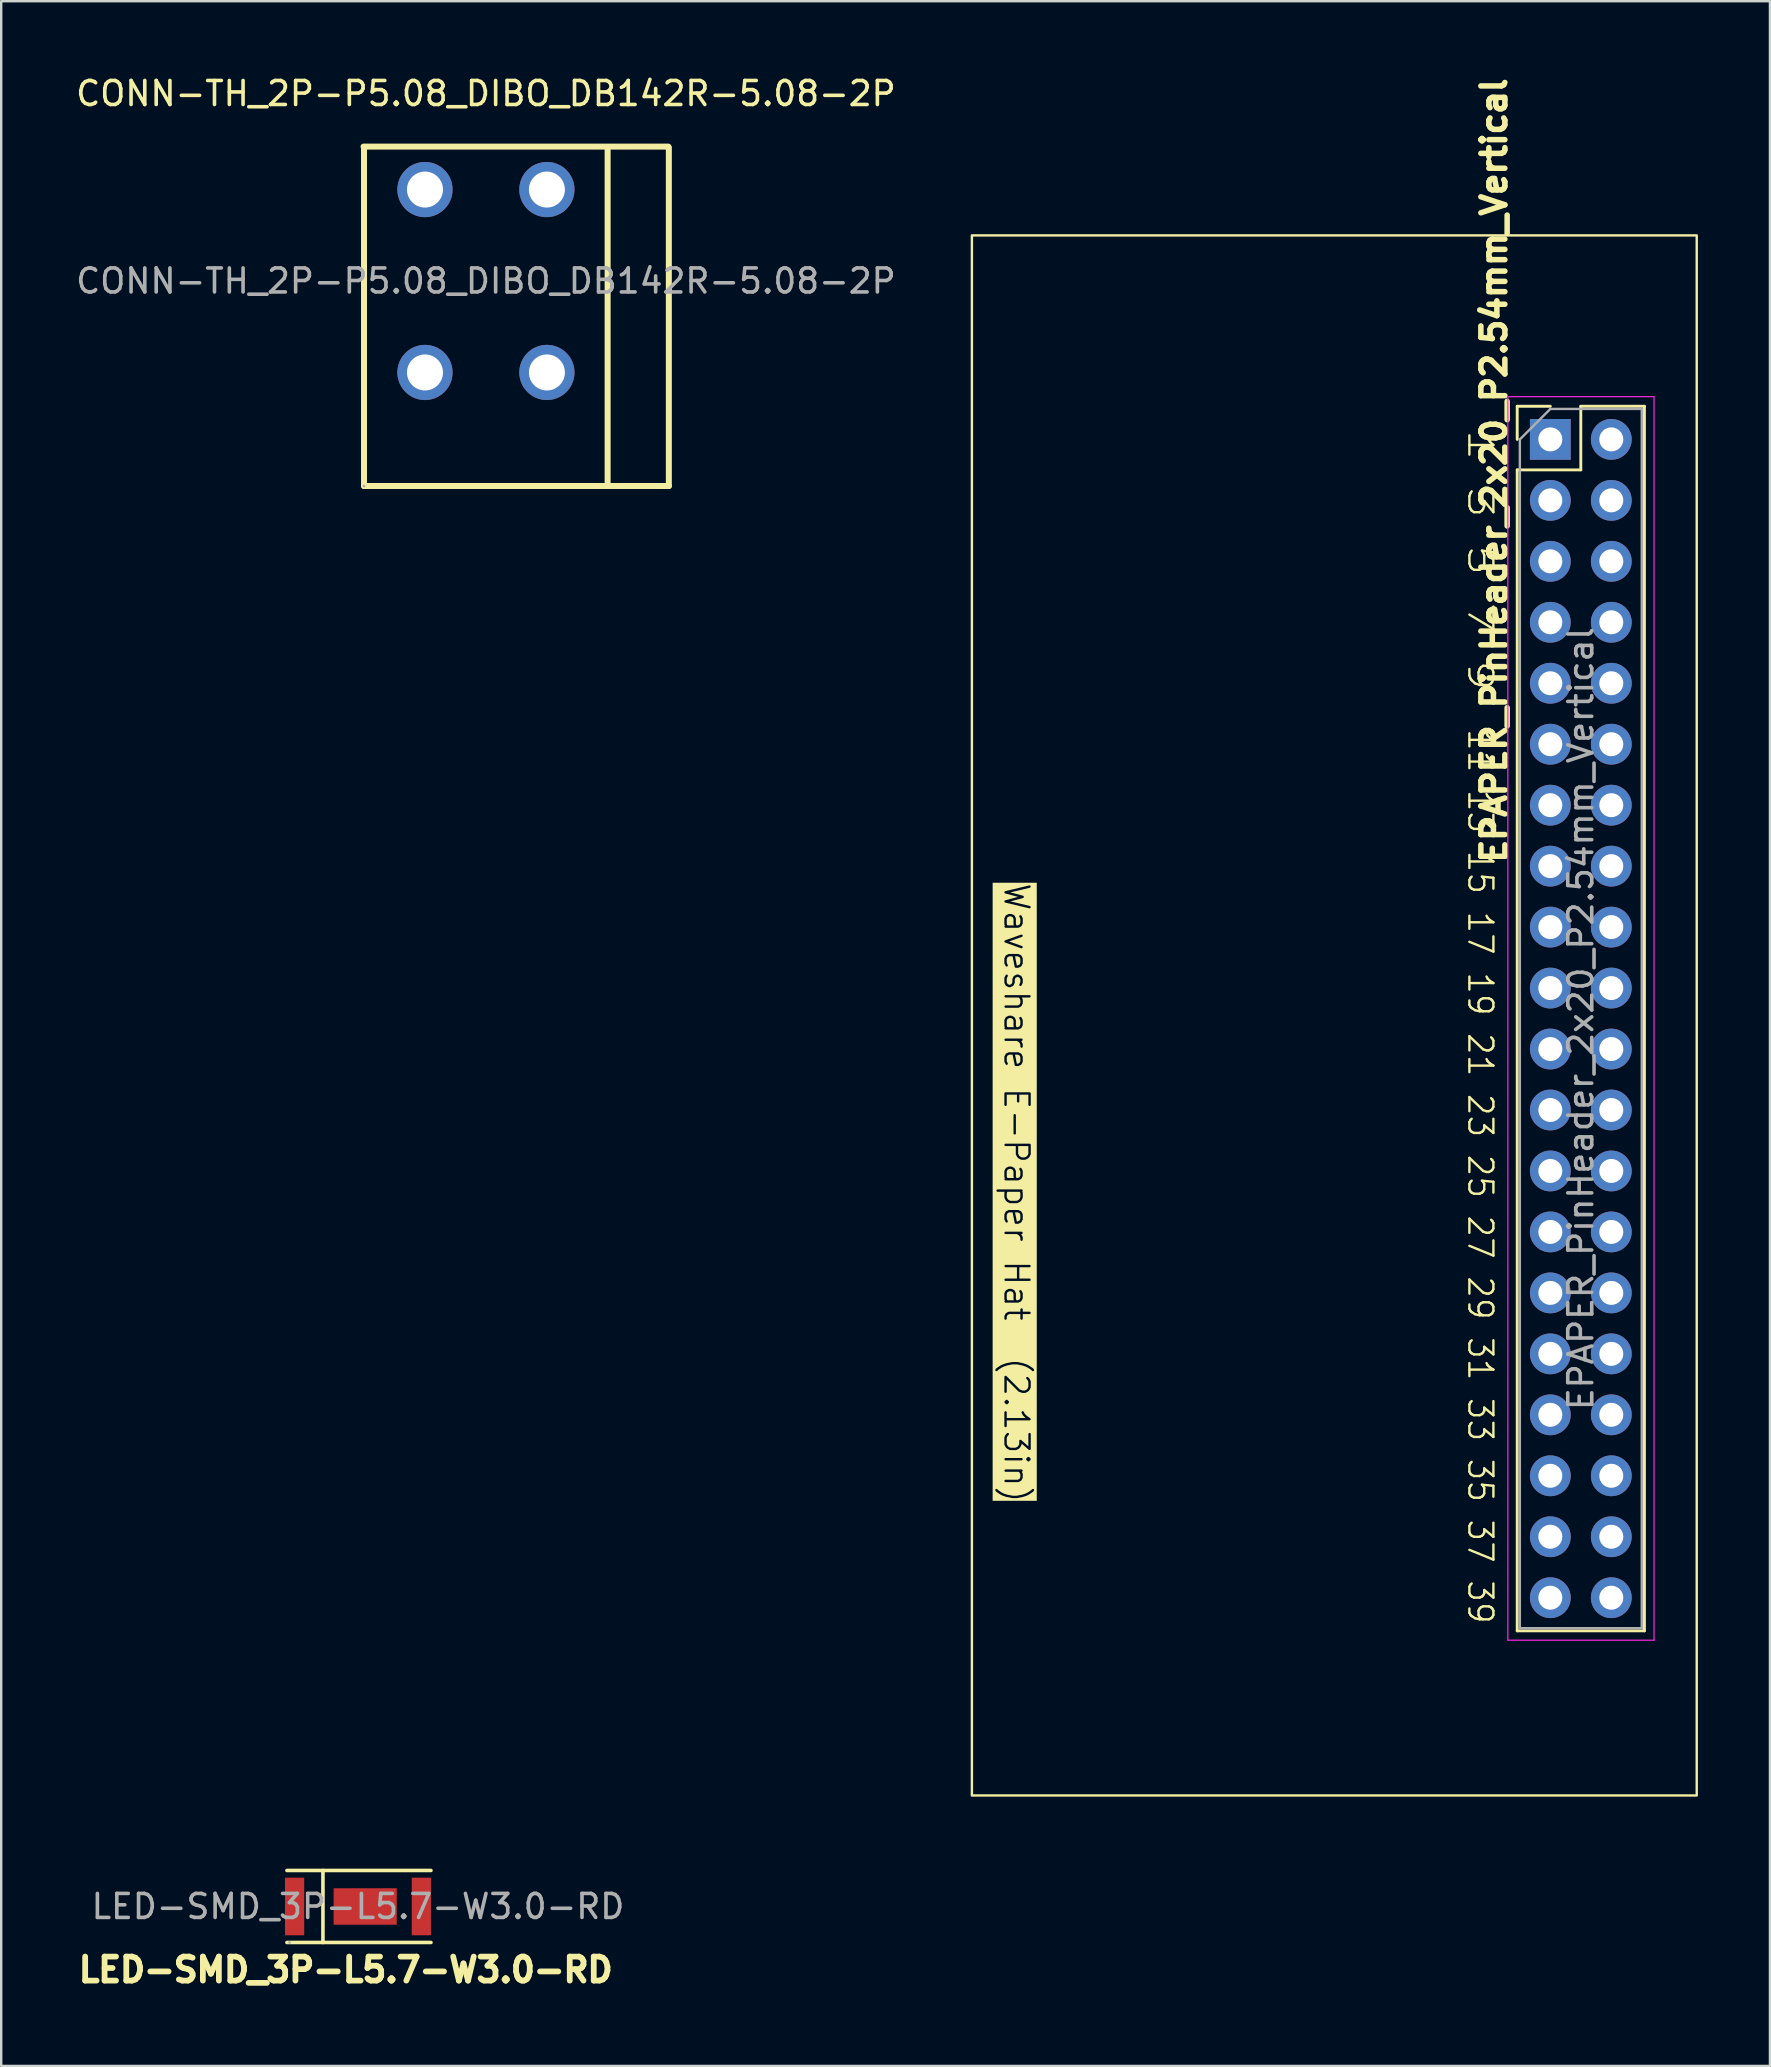
<source format=kicad_pcb>
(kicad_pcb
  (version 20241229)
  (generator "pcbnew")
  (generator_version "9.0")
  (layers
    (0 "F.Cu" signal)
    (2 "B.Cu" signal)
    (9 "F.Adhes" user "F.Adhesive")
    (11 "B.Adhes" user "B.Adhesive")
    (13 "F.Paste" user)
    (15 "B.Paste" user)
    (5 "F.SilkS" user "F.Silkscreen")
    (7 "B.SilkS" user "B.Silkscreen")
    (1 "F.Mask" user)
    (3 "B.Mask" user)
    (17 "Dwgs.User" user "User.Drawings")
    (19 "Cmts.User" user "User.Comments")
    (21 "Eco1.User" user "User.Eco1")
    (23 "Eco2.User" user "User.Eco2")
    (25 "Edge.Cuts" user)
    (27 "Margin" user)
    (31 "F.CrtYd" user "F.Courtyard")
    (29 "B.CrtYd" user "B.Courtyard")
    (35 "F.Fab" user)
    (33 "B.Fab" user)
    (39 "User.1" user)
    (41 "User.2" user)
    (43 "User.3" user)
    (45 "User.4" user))
  (footprint "EPAPER_PinHeader_2x20_P2.54mm_Vertical"
    (layer "F.Cu")
    (at 61.543 15.257)
    (property "Reference" "EPAPER_PinHeader_2x20_P2.54mm_Vertical" (at -2.345 1.297 90) (layer "F.SilkS") (effects (font (size 1 1) (thickness 0.23) (bold yes))))
    (attr through_hole)
    (fp_line (start -1.38 -1.38) (end 0 -1.38) (stroke (width 0.12) (type solid)) (layer "F.SilkS"))
    (fp_line (start -1.38 1.27) (end -1.38 49.64) (stroke (width 0.12) (type solid)) (layer "F.SilkS"))
    (fp_line (start -1.38 1.27) (end 1.27 1.27) (stroke (width 0.12) (type solid)) (layer "F.SilkS"))
    (fp_line (start -1.38 49.64) (end 3.92 49.64) (stroke (width 0.12) (type solid)) (layer "F.SilkS"))
    (fp_line (start -1.38 0) (end -1.38 -1.38) (stroke (width 0.12) (type solid)) (layer "F.SilkS"))
    (fp_line (start 1.27 -1.38) (end 3.92 -1.38) (stroke (width 0.12) (type solid)) (layer "F.SilkS"))
    (fp_line (start 1.27 1.27) (end 1.27 -1.38) (stroke (width 0.12) (type solid)) (layer "F.SilkS"))
    (fp_line (start 3.92 -1.38) (end 3.92 49.64) (stroke (width 0.12) (type solid)) (layer "F.SilkS"))
    (fp_poly (pts (xy -24.1 -8.5) (xy 6.1 -8.5) (xy 6.1 56.5) (xy -24.1 56.5)) (stroke (width 0.1) (type solid)) (fill no) (layer "F.SilkS"))
    (fp_line (start -1.77 -1.78) (end -1.77 50.03) (stroke (width 0.05) (type solid)) (layer "F.CrtYd"))
    (fp_line (start -1.77 50.03) (end 4.32 50.03) (stroke (width 0.05) (type solid)) (layer "F.CrtYd"))
    (fp_line (start 4.32 -1.78) (end -1.77 -1.78) (stroke (width 0.05) (type solid)) (layer "F.CrtYd"))
    (fp_line (start 4.32 50.03) (end 4.32 -1.78) (stroke (width 0.05) (type solid)) (layer "F.CrtYd"))
    (fp_line (start -1.27 0) (end 0 -1.27) (stroke (width 0.1) (type solid)) (layer "F.Fab"))
    (fp_line (start -1.27 49.53) (end -1.27 0) (stroke (width 0.1) (type solid)) (layer "F.Fab"))
    (fp_line (start 0 -1.27) (end 3.81 -1.27) (stroke (width 0.1) (type solid)) (layer "F.Fab"))
    (fp_line (start 3.81 -1.27) (end 3.81 49.53) (stroke (width 0.1) (type solid)) (layer "F.Fab"))
    (fp_line (start 3.81 49.53) (end -1.27 49.53) (stroke (width 0.1) (type solid)) (layer "F.Fab"))
    (fp_text user "1 3 5 7 9 " (at -3.5 -0.5 270) (unlocked yes) (layer "F.SilkS") (effects (font (size 1 1.4) (thickness 0.1)) (justify left bottom)))
    (fp_text user "11 13 15 17 19 21 23 25 27 29 31 33 35 37 39" (at -3.5 12 270) (unlocked yes) (layer "F.SilkS") (effects (font (size 1 0.95) (thickness 0.1)) (justify left bottom)))
    (fp_text user "Waveshare E-Paper Hat  (2.13in)" (at -22.825 18.423 270) (unlocked yes) (layer "F.SilkS" knockout) (effects (font (size 1 1) (thickness 0.1)) (justify left bottom)))
    (fp_text user "${REFERENCE}" (at 1.27 24.13 270) (layer "F.Fab") (effects (font (size 1 1) (thickness 0.15))))
    (pad "1" thru_hole rect (at 0 0) (size 1.7 1.7) (drill 1) (layers "*.Cu" "*.Mask"))
    (pad "2" thru_hole circle (at 2.54 0) (size 1.7 1.7) (drill 1) (layers "*.Cu" "*.Mask"))
    (pad "3" thru_hole circle (at 0 2.54) (size 1.7 1.7) (drill 1) (layers "*.Cu" "*.Mask"))
    (pad "4" thru_hole circle (at 2.54 2.54) (size 1.7 1.7) (drill 1) (layers "*.Cu" "*.Mask"))
    (pad "5" thru_hole circle (at 0 5.08) (size 1.7 1.7) (drill 1) (layers "*.Cu" "*.Mask"))
    (pad "6" thru_hole circle (at 2.54 5.08) (size 1.7 1.7) (drill 1) (layers "*.Cu" "*.Mask"))
    (pad "7" thru_hole circle (at 0 7.62) (size 1.7 1.7) (drill 1) (layers "*.Cu" "*.Mask"))
    (pad "8" thru_hole circle (at 2.54 7.62) (size 1.7 1.7) (drill 1) (layers "*.Cu" "*.Mask"))
    (pad "9" thru_hole circle (at 0 10.16) (size 1.7 1.7) (drill 1) (layers "*.Cu" "*.Mask"))
    (pad "10" thru_hole circle (at 2.54 10.16) (size 1.7 1.7) (drill 1) (layers "*.Cu" "*.Mask"))
    (pad "11" thru_hole circle (at 0 12.7) (size 1.7 1.7) (drill 1) (layers "*.Cu" "*.Mask"))
    (pad "12" thru_hole circle (at 2.54 12.7) (size 1.7 1.7) (drill 1) (layers "*.Cu" "*.Mask"))
    (pad "13" thru_hole circle (at 0 15.24) (size 1.7 1.7) (drill 1) (layers "*.Cu" "*.Mask"))
    (pad "14" thru_hole circle (at 2.54 15.24) (size 1.7 1.7) (drill 1) (layers "*.Cu" "*.Mask"))
    (pad "15" thru_hole circle (at 0 17.78) (size 1.7 1.7) (drill 1) (layers "*.Cu" "*.Mask"))
    (pad "16" thru_hole circle (at 2.54 17.78) (size 1.7 1.7) (drill 1) (layers "*.Cu" "*.Mask"))
    (pad "17" thru_hole circle (at 0 20.32) (size 1.7 1.7) (drill 1) (layers "*.Cu" "*.Mask"))
    (pad "18" thru_hole circle (at 2.54 20.32) (size 1.7 1.7) (drill 1) (layers "*.Cu" "*.Mask"))
    (pad "19" thru_hole circle (at 0 22.86) (size 1.7 1.7) (drill 1) (layers "*.Cu" "*.Mask"))
    (pad "20" thru_hole circle (at 2.54 22.86) (size 1.7 1.7) (drill 1) (layers "*.Cu" "*.Mask"))
    (pad "21" thru_hole circle (at 0 25.4) (size 1.7 1.7) (drill 1) (layers "*.Cu" "*.Mask"))
    (pad "22" thru_hole circle (at 2.54 25.4) (size 1.7 1.7) (drill 1) (layers "*.Cu" "*.Mask"))
    (pad "23" thru_hole circle (at 0 27.94) (size 1.7 1.7) (drill 1) (layers "*.Cu" "*.Mask"))
    (pad "24" thru_hole circle (at 2.54 27.94) (size 1.7 1.7) (drill 1) (layers "*.Cu" "*.Mask"))
    (pad "25" thru_hole circle (at 0 30.48) (size 1.7 1.7) (drill 1) (layers "*.Cu" "*.Mask"))
    (pad "26" thru_hole circle (at 2.54 30.48) (size 1.7 1.7) (drill 1) (layers "*.Cu" "*.Mask"))
    (pad "27" thru_hole circle (at 0 33.02) (size 1.7 1.7) (drill 1) (layers "*.Cu" "*.Mask"))
    (pad "28" thru_hole circle (at 2.54 33.02) (size 1.7 1.7) (drill 1) (layers "*.Cu" "*.Mask"))
    (pad "29" thru_hole circle (at 0 35.56) (size 1.7 1.7) (drill 1) (layers "*.Cu" "*.Mask"))
    (pad "30" thru_hole circle (at 2.54 35.56) (size 1.7 1.7) (drill 1) (layers "*.Cu" "*.Mask"))
    (pad "31" thru_hole circle (at 0 38.1) (size 1.7 1.7) (drill 1) (layers "*.Cu" "*.Mask"))
    (pad "32" thru_hole circle (at 2.54 38.1) (size 1.7 1.7) (drill 1) (layers "*.Cu" "*.Mask"))
    (pad "33" thru_hole circle (at 0 40.64) (size 1.7 1.7) (drill 1) (layers "*.Cu" "*.Mask"))
    (pad "34" thru_hole circle (at 2.54 40.64) (size 1.7 1.7) (drill 1) (layers "*.Cu" "*.Mask"))
    (pad "35" thru_hole circle (at 0 43.18) (size 1.7 1.7) (drill 1) (layers "*.Cu" "*.Mask"))
    (pad "36" thru_hole circle (at 2.54 43.18) (size 1.7 1.7) (drill 1) (layers "*.Cu" "*.Mask"))
    (pad "37" thru_hole circle (at 0 45.72) (size 1.7 1.7) (drill 1) (layers "*.Cu" "*.Mask"))
    (pad "38" thru_hole circle (at 2.54 45.72) (size 1.7 1.7) (drill 1) (layers "*.Cu" "*.Mask"))
    (pad "39" thru_hole circle (at 0 48.26) (size 1.7 1.7) (drill 1) (layers "*.Cu" "*.Mask"))
    (pad "40" thru_hole circle (at 2.54 48.26) (size 1.7 1.7) (drill 1) (layers "*.Cu" "*.Mask")))
  (footprint "LED-SMD_3P-L5.7-W3.0-RD"
    (layer "F.Cu")
    (at 11.865 76.382)
    (property "Reference" "LED-SMD_3P-L5.7-W3.0-RD" (at -0.51 2.637 0) (layer "F.SilkS") (effects (font (size 1 1) (thickness 0.24))))
    (attr smd)
    (fp_line (start -1.46 -1.5) (end -1.46 1.5) (stroke (width 0.15) (type solid)) (layer "F.SilkS"))
    (fp_line (start 3.04 -1.5) (end -2.96 -1.5) (stroke (width 0.15) (type solid)) (layer "F.SilkS"))
    (fp_line (start 3.04 1.5) (end -2.96 1.5) (stroke (width 0.15) (type solid)) (layer "F.SilkS"))
    (fp_circle (center -2.85 1.5) (end -2.82 1.5) (stroke (width 0.06) (type solid)) (fill no) (layer "F.Fab"))
    (fp_text user "${REFERENCE}" (at 0 0 0) (layer "F.Fab") (effects (font (size 1 1) (thickness 0.15))))
    (pad "1" smd rect (at -2.64 0 90) (size 2.4 0.8) (layers "F.Cu" "F.Mask" "F.Paste"))
    (pad "2" smd rect (at 2.64 0 270) (size 2.4 0.8) (layers "F.Cu" "F.Mask" "F.Paste"))
    (pad "3" smd rect (at 0.3 0 180) (size 2.63 1.52) (layers "F.Cu" "F.Mask" "F.Paste")))
  (footprint "CONN-TH_2P-P5.08_DIBO_DB142R-5.08-2P"
    (layer "F.Cu")
    (at 17.196 8.658)
    (property "Reference" "CONN-TH_2P-P5.08_DIBO_DB142R-5.08-2P" (at 0 -7.81 0) (layer "F.SilkS") (effects (font (size 1 1) (thickness 0.15))))
    (attr through_hole)
    (fp_line (start -5.1 -5.6) (end 7.6 -5.6) (stroke (width 0.25) (type solid)) (layer "F.SilkS"))
    (fp_line (start -5.08 -5.56) (end -5.08 8.54) (stroke (width 0.25) (type solid)) (layer "F.SilkS"))
    (fp_line (start -5.08 8.54) (end 7.62 8.54) (stroke (width 0.25) (type solid)) (layer "F.SilkS"))
    (fp_line (start 5.07 -5.56) (end 5.07 8.54) (stroke (width 0.25) (type solid)) (layer "F.SilkS"))
    (fp_line (start 7.62 -5.56) (end 7.62 8.54) (stroke (width 0.25) (type solid)) (layer "F.SilkS"))
    (fp_circle (center -5.08 8.54) (end -5.05 8.54) (stroke (width 0.06) (type solid)) (fill no) (layer "F.Fab"))
    (fp_text user "${REFERENCE}" (at 0 0 0) (layer "F.Fab") (effects (font (size 1 1) (thickness 0.15))))
    (pad "1" thru_hole circle (at -2.54 -3.81) (size 2.3 2.3) (drill 1.5) (layers "*.Cu" "*.Mask"))
    (pad "1" thru_hole circle (at -2.54 3.81) (size 2.3 2.3) (drill 1.5) (layers "*.Cu" "*.Mask"))
    (pad "2" thru_hole circle (at 2.54 -3.81) (size 2.3 2.3) (drill 1.5) (layers "*.Cu" "*.Mask"))
    (pad "2" thru_hole circle (at 2.54 3.81) (size 2.3 2.3) (drill 1.5) (layers "*.Cu" "*.Mask")))
  (gr_rect
    (start -3 -3)
    (end 70.693 83.025)
    (stroke (width 0.1) (type default))
    (fill no)
    (layer "Edge.Cuts")))
</source>
